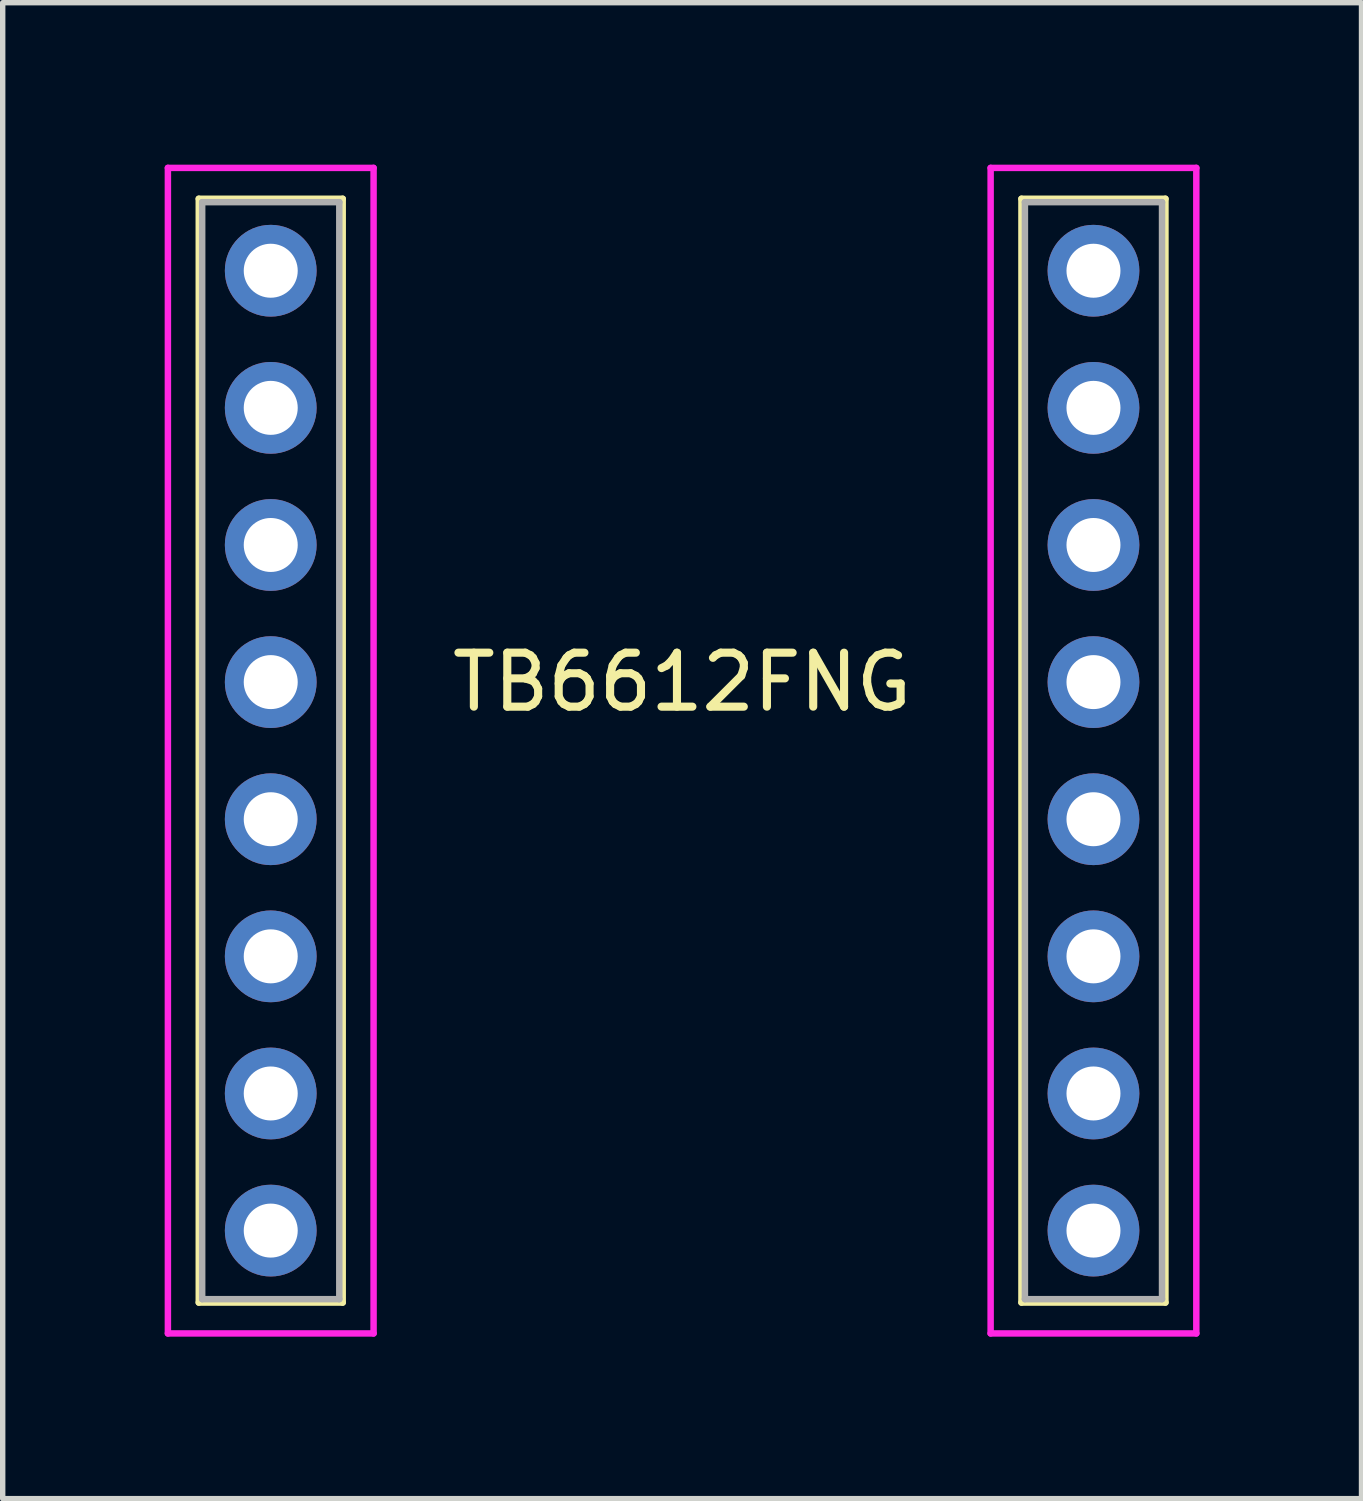
<source format=kicad_pcb>
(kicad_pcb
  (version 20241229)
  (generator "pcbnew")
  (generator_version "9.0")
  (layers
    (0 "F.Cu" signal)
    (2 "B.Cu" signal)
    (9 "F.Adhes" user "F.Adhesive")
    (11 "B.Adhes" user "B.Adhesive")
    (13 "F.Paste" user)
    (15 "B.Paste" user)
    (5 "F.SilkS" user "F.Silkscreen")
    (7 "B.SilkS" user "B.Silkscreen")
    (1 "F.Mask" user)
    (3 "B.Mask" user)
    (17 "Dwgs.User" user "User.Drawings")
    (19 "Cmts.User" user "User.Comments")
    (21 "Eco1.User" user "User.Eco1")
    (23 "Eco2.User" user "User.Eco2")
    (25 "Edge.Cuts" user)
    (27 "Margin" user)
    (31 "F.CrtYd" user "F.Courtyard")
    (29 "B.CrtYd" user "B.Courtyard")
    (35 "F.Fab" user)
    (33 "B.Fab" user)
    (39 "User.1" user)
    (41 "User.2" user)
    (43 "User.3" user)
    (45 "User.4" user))
  (footprint "TB6612FNG"
    (layer "F.Cu")
    (at 1.965 1.965)
    (property "Reference" "TB6612FNG" (at 7.62 7.62 0) (layer "F.SilkS") (effects (font (size 1 1) (thickness 0.15))))
    (attr through_hole)
    (fp_line (start -1.333 -1.333) (end 1.333 -1.333) (stroke (width 0.12) (type solid)) (layer "F.SilkS"))
    (fp_line (start -1.333 19.113) (end -1.333 -1.333) (stroke (width 0.12) (type solid)) (layer "F.SilkS"))
    (fp_line (start 1.333 -1.333) (end 1.333 19.113) (stroke (width 0.12) (type solid)) (layer "F.SilkS"))
    (fp_line (start 1.333 19.113) (end -1.333 19.113) (stroke (width 0.12) (type solid)) (layer "F.SilkS"))
    (fp_line (start 13.906 -1.333) (end 16.573 -1.333) (stroke (width 0.12) (type solid)) (layer "F.SilkS"))
    (fp_line (start 13.906 19.113) (end 13.906 -1.333) (stroke (width 0.12) (type solid)) (layer "F.SilkS"))
    (fp_line (start 16.573 -1.333) (end 16.573 19.113) (stroke (width 0.12) (type solid)) (layer "F.SilkS"))
    (fp_line (start 16.573 19.113) (end 13.906 19.113) (stroke (width 0.12) (type solid)) (layer "F.SilkS"))
    (fp_line (start -1.905 -1.905) (end 1.905 -1.905) (stroke (width 0.12) (type solid)) (layer "F.CrtYd"))
    (fp_line (start -1.905 19.685) (end -1.905 -1.905) (stroke (width 0.12) (type solid)) (layer "F.CrtYd"))
    (fp_line (start 1.905 -1.905) (end 1.905 19.685) (stroke (width 0.12) (type solid)) (layer "F.CrtYd"))
    (fp_line (start 1.905 19.685) (end -1.905 19.685) (stroke (width 0.12) (type solid)) (layer "F.CrtYd"))
    (fp_line (start 13.335 -1.905) (end 17.145 -1.905) (stroke (width 0.12) (type solid)) (layer "F.CrtYd"))
    (fp_line (start 13.335 19.685) (end 13.335 -1.905) (stroke (width 0.12) (type solid)) (layer "F.CrtYd"))
    (fp_line (start 17.145 -1.905) (end 17.145 19.685) (stroke (width 0.12) (type solid)) (layer "F.CrtYd"))
    (fp_line (start 17.145 19.685) (end 13.335 19.685) (stroke (width 0.12) (type solid)) (layer "F.CrtYd"))
    (fp_line (start -1.27 -1.27) (end 1.27 -1.27) (stroke (width 0.12) (type solid)) (layer "F.Fab"))
    (fp_line (start -1.27 19.05) (end -1.27 -1.27) (stroke (width 0.12) (type solid)) (layer "F.Fab"))
    (fp_line (start 1.27 -1.27) (end 1.27 19.05) (stroke (width 0.12) (type solid)) (layer "F.Fab"))
    (fp_line (start 1.27 19.05) (end -1.27 19.05) (stroke (width 0.12) (type solid)) (layer "F.Fab"))
    (fp_line (start 13.97 -1.27) (end 16.51 -1.27) (stroke (width 0.12) (type solid)) (layer "F.Fab"))
    (fp_line (start 13.97 19.05) (end 13.97 -1.27) (stroke (width 0.12) (type solid)) (layer "F.Fab"))
    (fp_line (start 16.51 -1.27) (end 16.51 19.05) (stroke (width 0.12) (type solid)) (layer "F.Fab"))
    (fp_line (start 16.51 19.05) (end 13.97 19.05) (stroke (width 0.12) (type solid)) (layer "F.Fab"))
    (pad "1" thru_hole oval (at 0 0 180) (size 1.7 1.7) (drill 1) (layers "*.Cu" "*.Mask"))
    (pad "2" thru_hole oval (at 0 2.54 180) (size 1.7 1.7) (drill 1) (layers "*.Cu" "*.Mask"))
    (pad "3" thru_hole oval (at 0 5.08 180) (size 1.7 1.7) (drill 1) (layers "*.Cu" "*.Mask"))
    (pad "4" thru_hole oval (at 0 7.62 180) (size 1.7 1.7) (drill 1) (layers "*.Cu" "*.Mask"))
    (pad "5" thru_hole oval (at 0 10.16 180) (size 1.7 1.7) (drill 1) (layers "*.Cu" "*.Mask"))
    (pad "6" thru_hole oval (at 0 12.7 180) (size 1.7 1.7) (drill 1) (layers "*.Cu" "*.Mask"))
    (pad "7" thru_hole oval (at 0 15.24 180) (size 1.7 1.7) (drill 1) (layers "*.Cu" "*.Mask"))
    (pad "8" thru_hole oval (at 0 17.78 180) (size 1.7 1.7) (drill 1) (layers "*.Cu" "*.Mask"))
    (pad "9" thru_hole oval (at 15.24 0 180) (size 1.7 1.7) (drill 1) (layers "*.Cu" "*.Mask"))
    (pad "10" thru_hole oval (at 15.24 2.54 180) (size 1.7 1.7) (drill 1) (layers "*.Cu" "*.Mask"))
    (pad "11" thru_hole oval (at 15.24 5.08 180) (size 1.7 1.7) (drill 1) (layers "*.Cu" "*.Mask"))
    (pad "12" thru_hole oval (at 15.24 7.62 180) (size 1.7 1.7) (drill 1) (layers "*.Cu" "*.Mask"))
    (pad "13" thru_hole oval (at 15.24 10.16 180) (size 1.7 1.7) (drill 1) (layers "*.Cu" "*.Mask"))
    (pad "14" thru_hole oval (at 15.24 12.7 180) (size 1.7 1.7) (drill 1) (layers "*.Cu" "*.Mask"))
    (pad "15" thru_hole oval (at 15.24 15.24 180) (size 1.7 1.7) (drill 1) (layers "*.Cu" "*.Mask"))
    (pad "16" thru_hole oval (at 15.24 17.78 180) (size 1.7 1.7) (drill 1) (layers "*.Cu" "*.Mask")))
  (gr_rect
    (start -3 -3)
    (end 22.17 24.71)
    (stroke (width 0.1) (type default))
    (fill no)
    (layer "Edge.Cuts")))
</source>
